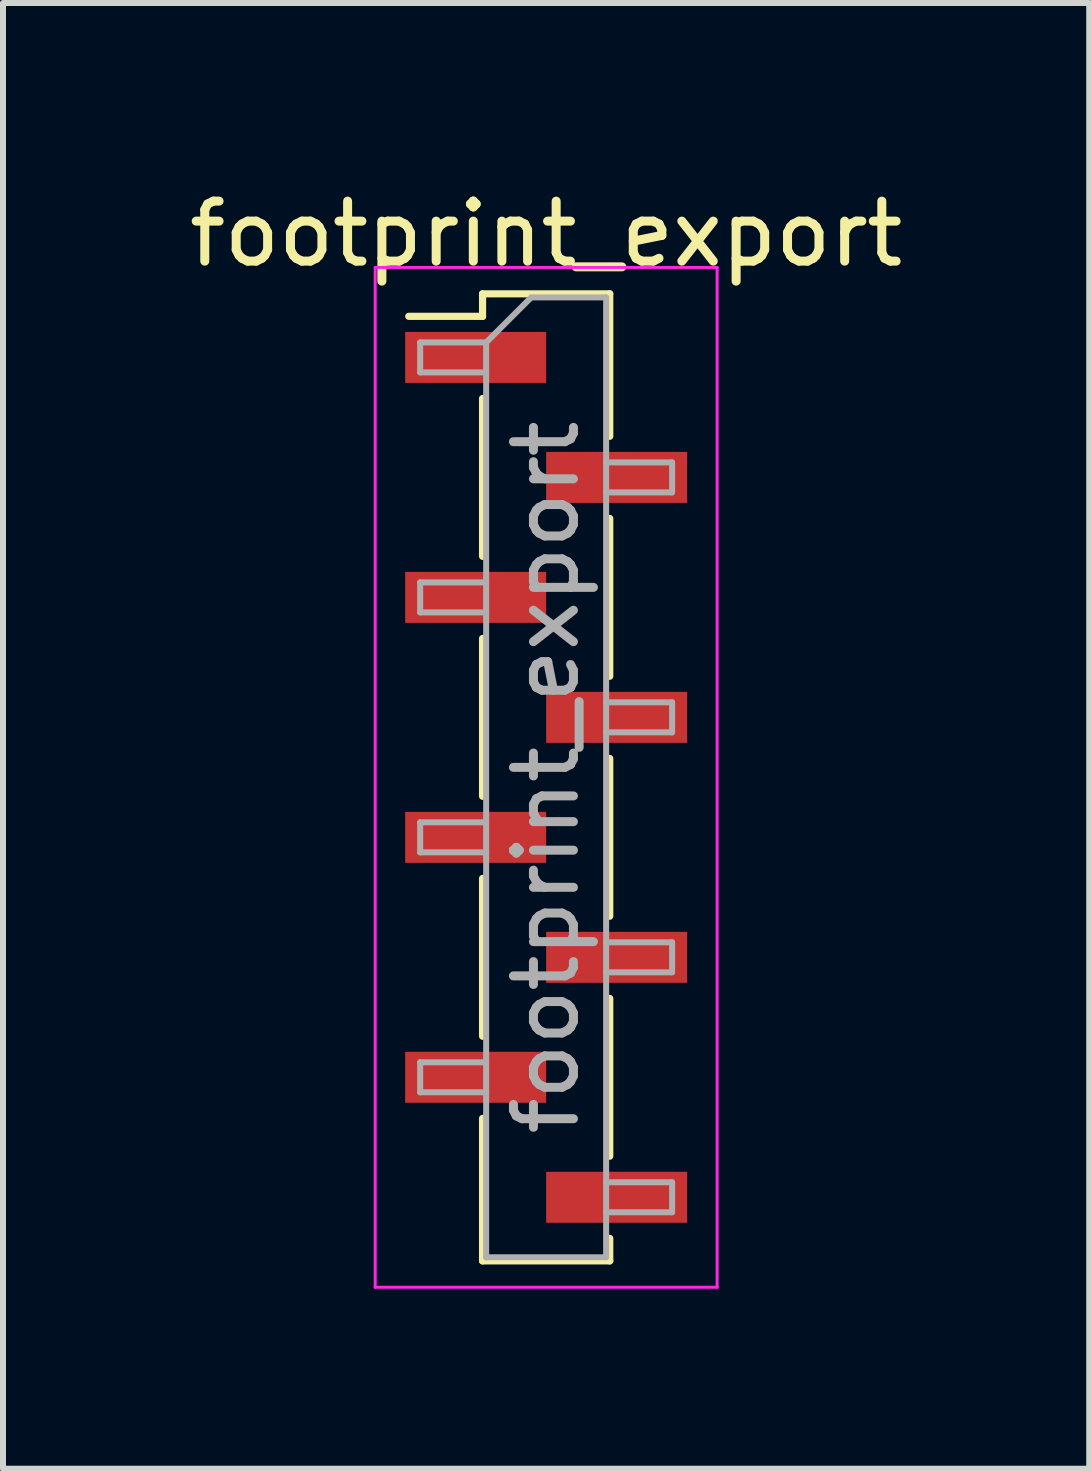
<source format=kicad_pcb>
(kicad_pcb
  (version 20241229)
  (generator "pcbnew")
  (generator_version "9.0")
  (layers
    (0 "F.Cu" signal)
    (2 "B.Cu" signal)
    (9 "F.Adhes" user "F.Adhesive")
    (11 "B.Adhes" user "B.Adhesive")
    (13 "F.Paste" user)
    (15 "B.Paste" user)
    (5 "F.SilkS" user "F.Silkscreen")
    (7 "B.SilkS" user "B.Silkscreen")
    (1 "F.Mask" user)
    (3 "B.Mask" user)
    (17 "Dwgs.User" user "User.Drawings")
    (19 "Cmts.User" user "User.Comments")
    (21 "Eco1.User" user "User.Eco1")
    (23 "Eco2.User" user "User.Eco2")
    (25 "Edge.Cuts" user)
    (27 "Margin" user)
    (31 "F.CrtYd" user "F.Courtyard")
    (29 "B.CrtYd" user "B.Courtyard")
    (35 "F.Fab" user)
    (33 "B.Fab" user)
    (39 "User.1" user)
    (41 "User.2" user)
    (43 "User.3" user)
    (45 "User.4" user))
  (footprint "footprint_export"
    (layer "F.Cu")
    (at 6.054 9.908)
    (property "Reference" "footprint_export" (at 0 -9.06 0) (layer "F.SilkS") (effects (font (size 1 1) (thickness 0.15))))
    (attr smd)
    (fp_line (start -1.06 -8.06) (end -1.06 -7.685) (stroke (width 0.12) (type solid)) (layer "F.SilkS"))
    (fp_line (start -1.06 -8.06) (end 1.06 -8.06) (stroke (width 0.12) (type solid)) (layer "F.SilkS"))
    (fp_line (start -1.06 -7.685) (end -2.29 -7.685) (stroke (width 0.12) (type solid)) (layer "F.SilkS"))
    (fp_line (start -1.06 -6.315) (end -1.06 -3.685) (stroke (width 0.12) (type solid)) (layer "F.SilkS"))
    (fp_line (start -1.06 -2.315) (end -1.06 0.315) (stroke (width 0.12) (type solid)) (layer "F.SilkS"))
    (fp_line (start -1.06 1.685) (end -1.06 4.315) (stroke (width 0.12) (type solid)) (layer "F.SilkS"))
    (fp_line (start -1.06 5.685) (end -1.06 8.06) (stroke (width 0.12) (type solid)) (layer "F.SilkS"))
    (fp_line (start -1.06 8.06) (end 1.06 8.06) (stroke (width 0.12) (type solid)) (layer "F.SilkS"))
    (fp_line (start 1.06 -8.06) (end 1.06 -5.685) (stroke (width 0.12) (type solid)) (layer "F.SilkS"))
    (fp_line (start 1.06 -4.315) (end 1.06 -1.685) (stroke (width 0.12) (type solid)) (layer "F.SilkS"))
    (fp_line (start 1.06 -0.315) (end 1.06 2.315) (stroke (width 0.12) (type solid)) (layer "F.SilkS"))
    (fp_line (start 1.06 3.685) (end 1.06 6.315) (stroke (width 0.12) (type solid)) (layer "F.SilkS"))
    (fp_line (start 1.06 7.685) (end 1.06 8.06) (stroke (width 0.12) (type solid)) (layer "F.SilkS"))
    (fp_line (start -2.85 -8.5) (end -2.85 8.5) (stroke (width 0.05) (type solid)) (layer "F.CrtYd"))
    (fp_line (start -2.85 8.5) (end 2.85 8.5) (stroke (width 0.05) (type solid)) (layer "F.CrtYd"))
    (fp_line (start 2.85 -8.5) (end -2.85 -8.5) (stroke (width 0.05) (type solid)) (layer "F.CrtYd"))
    (fp_line (start 2.85 8.5) (end 2.85 -8.5) (stroke (width 0.05) (type solid)) (layer "F.CrtYd"))
    (fp_line (start -2.1 -7.25) (end -2.1 -6.75) (stroke (width 0.1) (type solid)) (layer "F.Fab"))
    (fp_line (start -2.1 -6.75) (end -1 -6.75) (stroke (width 0.1) (type solid)) (layer "F.Fab"))
    (fp_line (start -2.1 -3.25) (end -2.1 -2.75) (stroke (width 0.1) (type solid)) (layer "F.Fab"))
    (fp_line (start -2.1 -2.75) (end -1 -2.75) (stroke (width 0.1) (type solid)) (layer "F.Fab"))
    (fp_line (start -2.1 0.75) (end -2.1 1.25) (stroke (width 0.1) (type solid)) (layer "F.Fab"))
    (fp_line (start -2.1 1.25) (end -1 1.25) (stroke (width 0.1) (type solid)) (layer "F.Fab"))
    (fp_line (start -2.1 4.75) (end -2.1 5.25) (stroke (width 0.1) (type solid)) (layer "F.Fab"))
    (fp_line (start -2.1 5.25) (end -1 5.25) (stroke (width 0.1) (type solid)) (layer "F.Fab"))
    (fp_line (start -1 -7.25) (end -2.1 -7.25) (stroke (width 0.1) (type solid)) (layer "F.Fab"))
    (fp_line (start -1 -7.25) (end -0.25 -8) (stroke (width 0.1) (type solid)) (layer "F.Fab"))
    (fp_line (start -1 -3.25) (end -2.1 -3.25) (stroke (width 0.1) (type solid)) (layer "F.Fab"))
    (fp_line (start -1 0.75) (end -2.1 0.75) (stroke (width 0.1) (type solid)) (layer "F.Fab"))
    (fp_line (start -1 4.75) (end -2.1 4.75) (stroke (width 0.1) (type solid)) (layer "F.Fab"))
    (fp_line (start -1 8) (end -1 -7.25) (stroke (width 0.1) (type solid)) (layer "F.Fab"))
    (fp_line (start -0.25 -8) (end 1 -8) (stroke (width 0.1) (type solid)) (layer "F.Fab"))
    (fp_line (start 1 -8) (end 1 8) (stroke (width 0.1) (type solid)) (layer "F.Fab"))
    (fp_line (start 1 -5.25) (end 2.1 -5.25) (stroke (width 0.1) (type solid)) (layer "F.Fab"))
    (fp_line (start 1 -1.25) (end 2.1 -1.25) (stroke (width 0.1) (type solid)) (layer "F.Fab"))
    (fp_line (start 1 2.75) (end 2.1 2.75) (stroke (width 0.1) (type solid)) (layer "F.Fab"))
    (fp_line (start 1 6.75) (end 2.1 6.75) (stroke (width 0.1) (type solid)) (layer "F.Fab"))
    (fp_line (start 1 8) (end -1 8) (stroke (width 0.1) (type solid)) (layer "F.Fab"))
    (fp_line (start 2.1 -5.25) (end 2.1 -4.75) (stroke (width 0.1) (type solid)) (layer "F.Fab"))
    (fp_line (start 2.1 -4.75) (end 1 -4.75) (stroke (width 0.1) (type solid)) (layer "F.Fab"))
    (fp_line (start 2.1 -1.25) (end 2.1 -0.75) (stroke (width 0.1) (type solid)) (layer "F.Fab"))
    (fp_line (start 2.1 -0.75) (end 1 -0.75) (stroke (width 0.1) (type solid)) (layer "F.Fab"))
    (fp_line (start 2.1 2.75) (end 2.1 3.25) (stroke (width 0.1) (type solid)) (layer "F.Fab"))
    (fp_line (start 2.1 3.25) (end 1 3.25) (stroke (width 0.1) (type solid)) (layer "F.Fab"))
    (fp_line (start 2.1 6.75) (end 2.1 7.25) (stroke (width 0.1) (type solid)) (layer "F.Fab"))
    (fp_line (start 2.1 7.25) (end 1 7.25) (stroke (width 0.1) (type solid)) (layer "F.Fab"))
    (fp_text user "${REFERENCE}" (at 0 0 90) (layer "F.Fab") (effects (font (size 1 1) (thickness 0.15))))
    (pad "1" smd rect (at -1.175 -7) (size 2.35 0.85) (layers "F.Cu" "F.Mask" "F.Paste"))
    (pad "2" smd rect (at 1.175 -5) (size 2.35 0.85) (layers "F.Cu" "F.Mask" "F.Paste"))
    (pad "3" smd rect (at -1.175 -3) (size 2.35 0.85) (layers "F.Cu" "F.Mask" "F.Paste"))
    (pad "4" smd rect (at 1.175 -1) (size 2.35 0.85) (layers "F.Cu" "F.Mask" "F.Paste"))
    (pad "5" smd rect (at -1.175 1) (size 2.35 0.85) (layers "F.Cu" "F.Mask" "F.Paste"))
    (pad "6" smd rect (at 1.175 3) (size 2.35 0.85) (layers "F.Cu" "F.Mask" "F.Paste"))
    (pad "7" smd rect (at -1.175 5) (size 2.35 0.85) (layers "F.Cu" "F.Mask" "F.Paste"))
    (pad "8" smd rect (at 1.175 7) (size 2.35 0.85) (layers "F.Cu" "F.Mask" "F.Paste")))
  (gr_rect
    (start -3 -3)
    (end 15.107 21.433)
    (stroke (width 0.1) (type default))
    (fill no)
    (layer "Edge.Cuts")))
</source>
